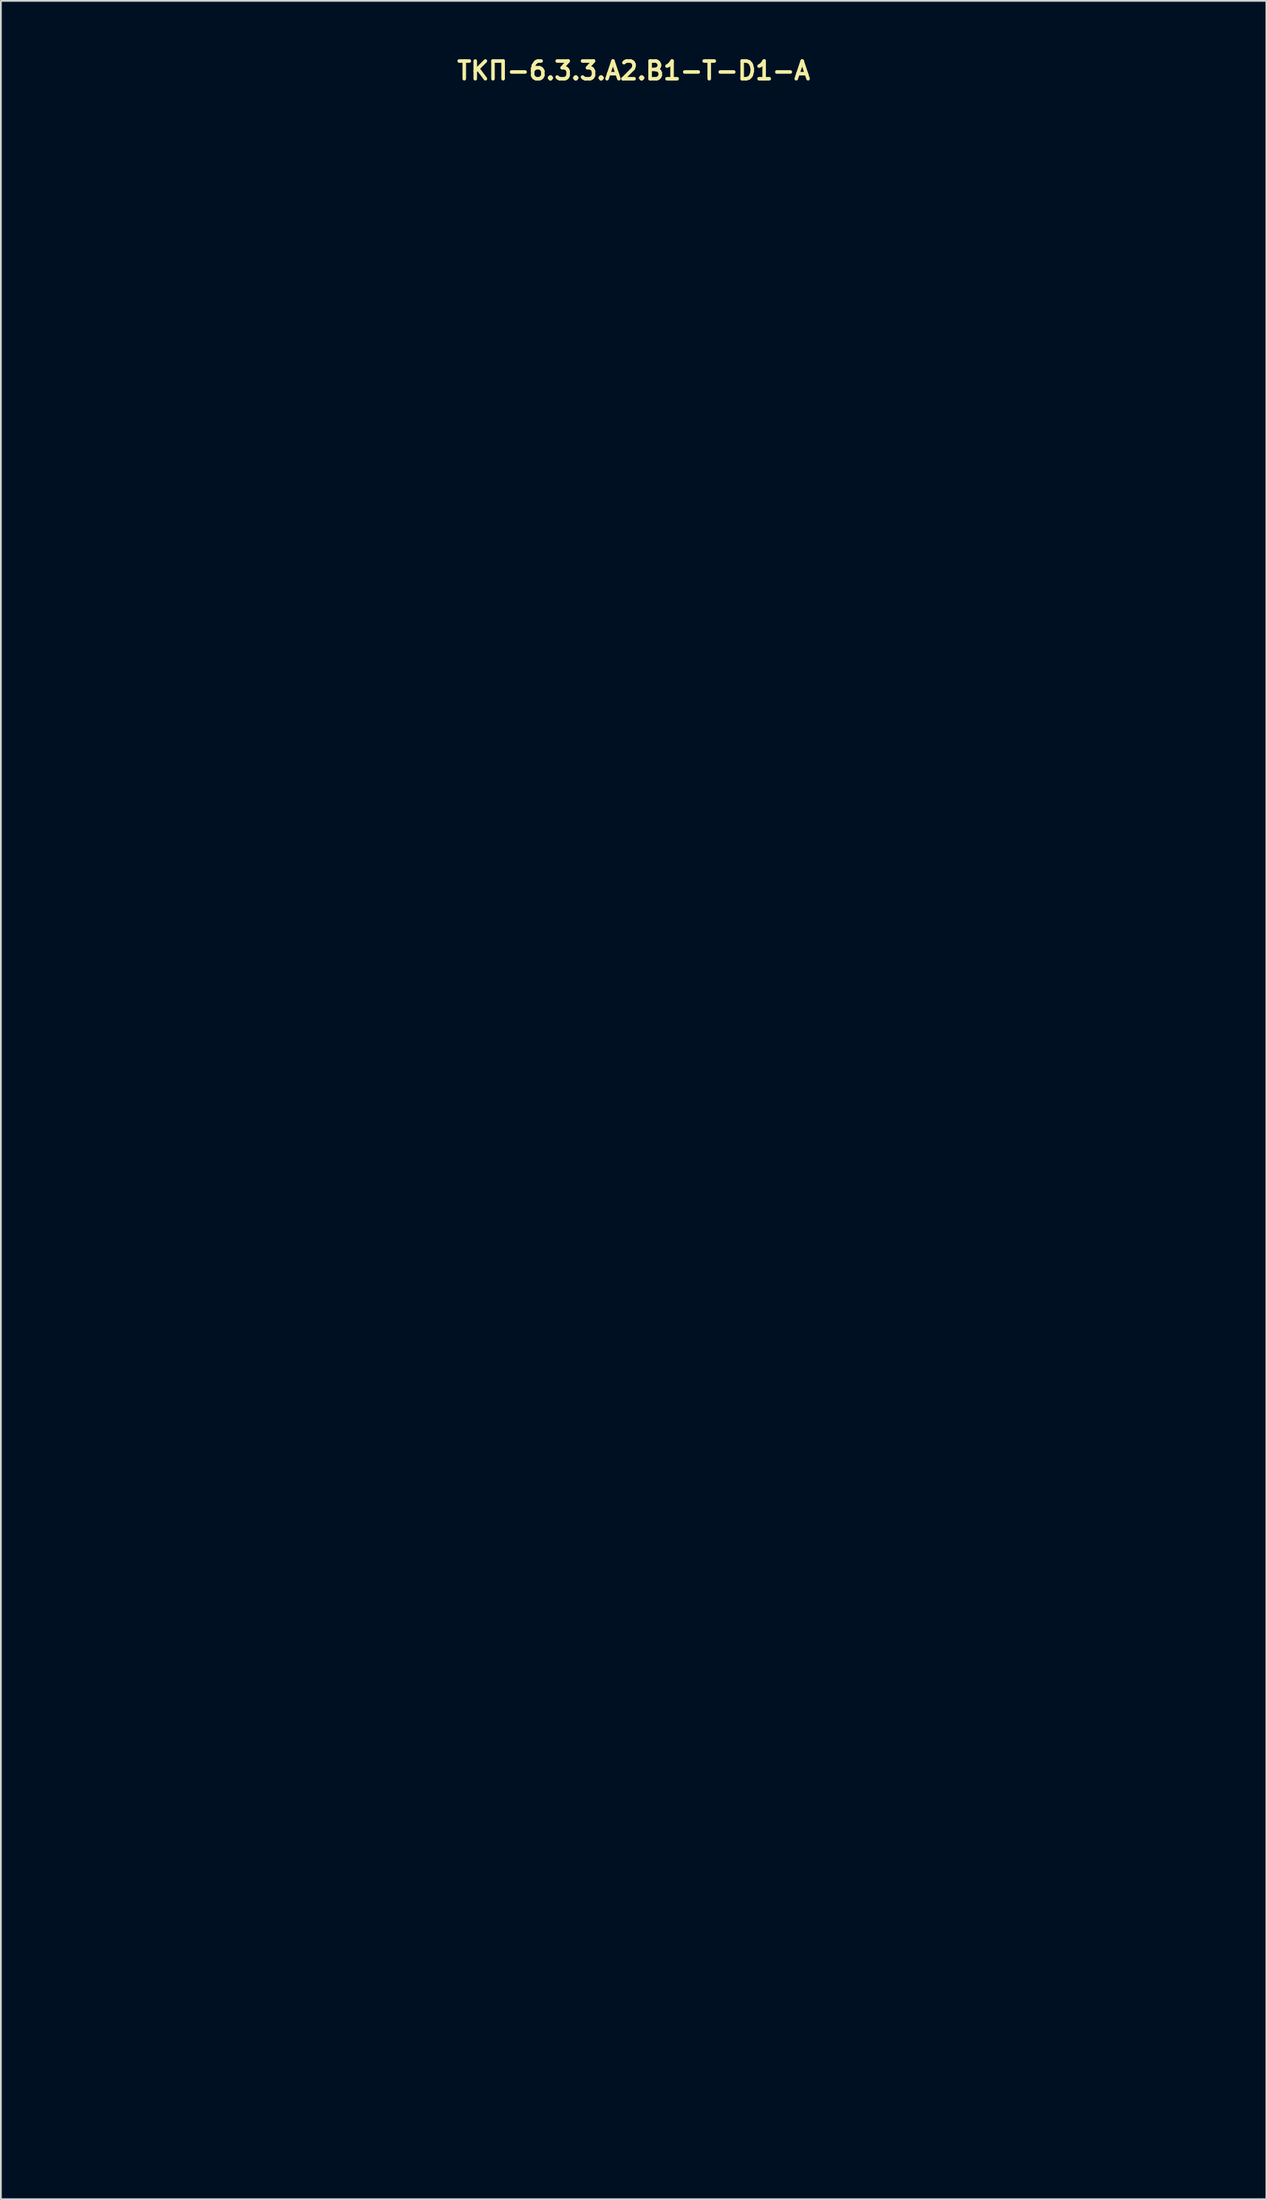
<source format=kicad_pcb>
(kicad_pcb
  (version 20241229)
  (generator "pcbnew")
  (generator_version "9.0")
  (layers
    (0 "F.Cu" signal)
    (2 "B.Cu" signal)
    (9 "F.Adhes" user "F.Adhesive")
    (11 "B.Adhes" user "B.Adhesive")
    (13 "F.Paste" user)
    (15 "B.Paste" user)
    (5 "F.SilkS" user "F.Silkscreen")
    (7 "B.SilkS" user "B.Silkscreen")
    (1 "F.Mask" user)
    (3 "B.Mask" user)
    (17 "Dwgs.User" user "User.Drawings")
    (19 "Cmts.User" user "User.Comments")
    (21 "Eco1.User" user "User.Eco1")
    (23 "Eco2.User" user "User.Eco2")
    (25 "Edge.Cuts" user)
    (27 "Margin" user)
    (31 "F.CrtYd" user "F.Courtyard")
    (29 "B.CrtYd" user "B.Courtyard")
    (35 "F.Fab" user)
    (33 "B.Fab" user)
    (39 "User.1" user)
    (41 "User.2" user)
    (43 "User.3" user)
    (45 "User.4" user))
  (footprint "ТКП-6.3.3.A2.B1-T-D1-A"
    (layer "F.Cu")
    (at 32.67 59.737)
    (property "Reference" "ТКП-6.3.3.A2.B1-T-D1-A" (at 0 -58.801 0) (layer "F.SilkS") (effects (font (size 1 1) (thickness 0.2))))
    (attr through_hole)
    (fp_line (start -32.47 -57.98) (end -32.47 57.98) (stroke (width 0.4) (type solid)) (layer "Eco1.User"))
    (fp_line (start -32.47 -57.98) (end 32.47 -57.98) (stroke (width 0.4) (type solid)) (layer "Eco1.User"))
    (fp_line (start -32.47 -55.98) (end 32.47 -55.98) (stroke (width 0.2) (type solid)) (layer "Eco1.User"))
    (fp_line (start -32.47 55.98) (end 32.47 55.98) (stroke (width 0.2) (type solid)) (layer "Eco1.User"))
    (fp_line (start -32.47 57.98) (end 32.47 57.98) (stroke (width 0.4) (type solid)) (layer "Eco1.User"))
    (fp_line (start 32.47 -57.98) (end 32.47 57.98) (stroke (width 0.4) (type solid)) (layer "Eco1.User"))
    (fp_circle (center -19.05 -40.44) (end -15.45 -40.44) (stroke (width 0.4) (type solid)) (fill no) (layer "Eco1.User"))
    (fp_circle (center -19.05 -40.44) (end -9.55 -40.44) (stroke (width 0.4) (type solid)) (fill no) (layer "Eco1.User"))
    (fp_circle (center -19.05 -12.5) (end -15.45 -12.5) (stroke (width 0.4) (type solid)) (fill no) (layer "Eco1.User"))
    (fp_circle (center -19.05 -12.5) (end -9.55 -12.5) (stroke (width 0.4) (type solid)) (fill no) (layer "Eco1.User"))
    (fp_circle (center -19.05 44.45) (end -16.4 44.45) (stroke (width 0.4) (type solid)) (fill no) (layer "Eco1.User"))
    (fp_circle (center -8.89 -50.8) (end -7.39 -50.8) (stroke (width 0.4) (type solid)) (fill no) (layer "Eco1.User"))
    (fp_circle (center -8.89 -50.8) (end -5.89 -50.8) (stroke (width 0.4) (type solid)) (fill no) (layer "Eco1.User"))
    (fp_circle (center 0 -26.47) (end 3.6 -26.47) (stroke (width 0.4) (type solid)) (fill no) (layer "Eco1.User"))
    (fp_circle (center 0 -26.47) (end 9.5 -26.47) (stroke (width 0.4) (type solid)) (fill no) (layer "Eco1.User"))
    (fp_circle (center 0 1.47) (end 3.6 1.47) (stroke (width 0.4) (type solid)) (fill no) (layer "Eco1.User"))
    (fp_circle (center 0 1.47) (end 9.5 1.47) (stroke (width 0.4) (type solid)) (fill no) (layer "Eco1.User"))
    (fp_circle (center 0 44.45) (end 6 44.45) (stroke (width 0.4) (type solid)) (fill no) (layer "Eco1.User"))
    (fp_circle (center 0 44.45) (end 10 44.45) (stroke (width 0.4) (type solid)) (fill no) (layer "Eco1.User"))
    (fp_circle (center 8.89 -50.8) (end 10.39 -50.8) (stroke (width 0.4) (type solid)) (fill no) (layer "Eco1.User"))
    (fp_circle (center 8.89 -50.8) (end 11.89 -50.8) (stroke (width 0.4) (type solid)) (fill no) (layer "Eco1.User"))
    (fp_circle (center 19.05 -40.44) (end 22.65 -40.44) (stroke (width 0.4) (type solid)) (fill no) (layer "Eco1.User"))
    (fp_circle (center 19.05 -40.44) (end 28.55 -40.44) (stroke (width 0.4) (type solid)) (fill no) (layer "Eco1.User"))
    (fp_circle (center 19.05 -12.5) (end 22.65 -12.5) (stroke (width 0.4) (type solid)) (fill no) (layer "Eco1.User"))
    (fp_circle (center 19.05 -12.5) (end 28.55 -12.5) (stroke (width 0.4) (type solid)) (fill no) (layer "Eco1.User"))
    (fp_line (start -32.47 -57.98) (end -32.47 57.98) (stroke (width 0.4) (type solid)) (layer "Eco2.User"))
    (fp_line (start -32.47 -57.98) (end 32.47 -57.98) (stroke (width 0.4) (type solid)) (layer "Eco2.User"))
    (fp_line (start -32.47 57.98) (end 32.47 57.98) (stroke (width 0.4) (type solid)) (layer "Eco2.User"))
    (fp_line (start -29.21 -54.928) (end -29.21 -49.847) (stroke (width 0.5) (type solid)) (layer "Eco2.User"))
    (fp_line (start -29.21 -54.928) (end -22.225 -54.928) (stroke (width 0.5) (type solid)) (layer "Eco2.User"))
    (fp_line (start -29.21 -49.847) (end -26.035 -46.672) (stroke (width 0.5) (type solid)) (layer "Eco2.User"))
    (fp_line (start -29.21 -44.767) (end -29.21 -39.688) (stroke (width 0.5) (type solid)) (layer "Eco2.User"))
    (fp_line (start -29.21 -44.767) (end -22.225 -44.767) (stroke (width 0.5) (type solid)) (layer "Eco2.User"))
    (fp_line (start -29.21 -39.688) (end -26.035 -36.513) (stroke (width 0.5) (type solid)) (layer "Eco2.User"))
    (fp_line (start -29.21 -34.608) (end -29.21 -29.527) (stroke (width 0.5) (type solid)) (layer "Eco2.User"))
    (fp_line (start -29.21 -34.608) (end -22.225 -34.608) (stroke (width 0.5) (type solid)) (layer "Eco2.User"))
    (fp_line (start -29.21 -29.527) (end -26.035 -26.352) (stroke (width 0.5) (type solid)) (layer "Eco2.User"))
    (fp_line (start -29.21 -24.448) (end -29.21 -19.367) (stroke (width 0.5) (type solid)) (layer "Eco2.User"))
    (fp_line (start -29.21 -24.448) (end -22.225 -24.448) (stroke (width 0.5) (type solid)) (layer "Eco2.User"))
    (fp_line (start -29.21 -19.367) (end -26.035 -16.192) (stroke (width 0.5) (type solid)) (layer "Eco2.User"))
    (fp_line (start -29.21 -14.287) (end -29.21 -9.207) (stroke (width 0.5) (type solid)) (layer "Eco2.User"))
    (fp_line (start -29.21 -14.287) (end -22.225 -14.287) (stroke (width 0.5) (type solid)) (layer "Eco2.User"))
    (fp_line (start -29.21 -9.207) (end -26.035 -6.032) (stroke (width 0.5) (type solid)) (layer "Eco2.User"))
    (fp_line (start -29.21 -4.128) (end -29.21 0.953) (stroke (width 0.5) (type solid)) (layer "Eco2.User"))
    (fp_line (start -29.21 -4.128) (end -22.225 -4.128) (stroke (width 0.5) (type solid)) (layer "Eco2.User"))
    (fp_line (start -29.21 0.953) (end -26.035 4.128) (stroke (width 0.5) (type solid)) (layer "Eco2.User"))
    (fp_line (start -29.21 6.032) (end -29.21 11.113) (stroke (width 0.5) (type solid)) (layer "Eco2.User"))
    (fp_line (start -29.21 6.032) (end -22.225 6.032) (stroke (width 0.5) (type solid)) (layer "Eco2.User"))
    (fp_line (start -29.21 11.113) (end -26.035 14.287) (stroke (width 0.5) (type solid)) (layer "Eco2.User"))
    (fp_line (start -29.21 16.192) (end -29.21 21.273) (stroke (width 0.5) (type solid)) (layer "Eco2.User"))
    (fp_line (start -29.21 16.192) (end -22.225 16.192) (stroke (width 0.5) (type solid)) (layer "Eco2.User"))
    (fp_line (start -29.21 21.273) (end -26.035 24.448) (stroke (width 0.5) (type solid)) (layer "Eco2.User"))
    (fp_line (start -29.21 26.352) (end -29.21 31.433) (stroke (width 0.5) (type solid)) (layer "Eco2.User"))
    (fp_line (start -29.21 26.352) (end 26.035 26.352) (stroke (width 0.5) (type solid)) (layer "Eco2.User"))
    (fp_line (start -29.21 31.433) (end -26.035 34.608) (stroke (width 0.5) (type solid)) (layer "Eco2.User"))
    (fp_line (start -29.21 36.513) (end -29.21 41.593) (stroke (width 0.5) (type solid)) (layer "Eco2.User"))
    (fp_line (start -29.21 36.513) (end -22.225 36.513) (stroke (width 0.5) (type solid)) (layer "Eco2.User"))
    (fp_line (start -29.21 41.593) (end -26.035 44.767) (stroke (width 0.5) (type solid)) (layer "Eco2.User"))
    (fp_line (start -29.21 46.672) (end -29.21 51.752) (stroke (width 0.5) (type solid)) (layer "Eco2.User"))
    (fp_line (start -29.21 46.672) (end -22.225 46.672) (stroke (width 0.5) (type solid)) (layer "Eco2.User"))
    (fp_line (start -29.21 51.752) (end -26.035 54.928) (stroke (width 0.5) (type solid)) (layer "Eco2.User"))
    (fp_line (start -26.035 -46.672) (end -19.05 -46.672) (stroke (width 0.5) (type solid)) (layer "Eco2.User"))
    (fp_line (start -26.035 -36.513) (end -19.05 -36.513) (stroke (width 0.5) (type solid)) (layer "Eco2.User"))
    (fp_line (start -26.035 -26.352) (end -23.177 -26.352) (stroke (width 0.5) (type solid)) (layer "Eco2.User"))
    (fp_line (start -26.035 -16.192) (end -19.05 -16.192) (stroke (width 0.5) (type solid)) (layer "Eco2.User"))
    (fp_line (start -26.035 -6.032) (end -19.05 -6.032) (stroke (width 0.5) (type solid)) (layer "Eco2.User"))
    (fp_line (start -26.035 4.128) (end -19.05 4.128) (stroke (width 0.5) (type solid)) (layer "Eco2.User"))
    (fp_line (start -26.035 14.287) (end -19.05 14.287) (stroke (width 0.5) (type solid)) (layer "Eco2.User"))
    (fp_line (start -26.035 24.448) (end -19.05 24.448) (stroke (width 0.5) (type solid)) (layer "Eco2.User"))
    (fp_line (start -26.035 34.608) (end -6.985 34.608) (stroke (width 0.5) (type solid)) (layer "Eco2.User"))
    (fp_line (start -26.035 44.767) (end -19.05 44.767) (stroke (width 0.5) (type solid)) (layer "Eco2.User"))
    (fp_line (start -26.035 54.928) (end -19.05 54.928) (stroke (width 0.5) (type solid)) (layer "Eco2.User"))
    (fp_line (start -22.225 -54.928) (end -19.05 -51.752) (stroke (width 0.5) (type solid)) (layer "Eco2.User"))
    (fp_line (start -22.225 -44.767) (end -19.05 -41.593) (stroke (width 0.5) (type solid)) (layer "Eco2.User"))
    (fp_line (start -22.225 -34.608) (end -19.05 -31.433) (stroke (width 0.5) (type solid)) (layer "Eco2.User"))
    (fp_line (start -22.225 -24.448) (end -19.05 -21.273) (stroke (width 0.5) (type solid)) (layer "Eco2.User"))
    (fp_line (start -22.225 -14.287) (end -19.05 -11.113) (stroke (width 0.5) (type solid)) (layer "Eco2.User"))
    (fp_line (start -22.225 -4.128) (end -20.003 -1.905) (stroke (width 0.5) (type solid)) (layer "Eco2.User"))
    (fp_line (start -22.225 6.032) (end -19.05 9.207) (stroke (width 0.5) (type solid)) (layer "Eco2.User"))
    (fp_line (start -22.225 16.192) (end -19.05 19.367) (stroke (width 0.5) (type solid)) (layer "Eco2.User"))
    (fp_line (start -22.225 36.513) (end -19.05 39.688) (stroke (width 0.5) (type solid)) (layer "Eco2.User"))
    (fp_line (start -22.225 46.672) (end -19.05 49.847) (stroke (width 0.5) (type solid)) (layer "Eco2.User"))
    (fp_line (start -19.05 -51.752) (end -19.05 -46.672) (stroke (width 0.5) (type solid)) (layer "Eco2.User"))
    (fp_line (start -19.05 -41.593) (end -19.05 -36.513) (stroke (width 0.5) (type solid)) (layer "Eco2.User"))
    (fp_line (start -19.05 -31.433) (end -19.05 -29.845) (stroke (width 0.5) (type solid)) (layer "Eco2.User"))
    (fp_line (start -19.05 -21.273) (end -19.05 -16.192) (stroke (width 0.5) (type solid)) (layer "Eco2.User"))
    (fp_line (start -19.05 -11.113) (end -19.05 -6.032) (stroke (width 0.5) (type solid)) (layer "Eco2.User"))
    (fp_line (start -19.05 2.857) (end -19.05 4.128) (stroke (width 0.5) (type solid)) (layer "Eco2.User"))
    (fp_line (start -19.05 9.207) (end -19.05 14.287) (stroke (width 0.5) (type solid)) (layer "Eco2.User"))
    (fp_line (start -19.05 19.367) (end -19.05 24.448) (stroke (width 0.5) (type solid)) (layer "Eco2.User"))
    (fp_line (start -19.05 39.688) (end -19.05 44.767) (stroke (width 0.5) (type solid)) (layer "Eco2.User"))
    (fp_line (start -19.05 49.847) (end -19.05 54.928) (stroke (width 0.5) (type solid)) (layer "Eco2.User"))
    (fp_line (start -17.145 -54.928) (end -17.145 -49.847) (stroke (width 0.5) (type solid)) (layer "Eco2.User"))
    (fp_line (start -17.145 -54.928) (end -10.16 -54.928) (stroke (width 0.5) (type solid)) (layer "Eco2.User"))
    (fp_line (start -17.145 -49.847) (end -13.97 -46.672) (stroke (width 0.5) (type solid)) (layer "Eco2.User"))
    (fp_line (start -17.145 -44.767) (end -17.145 -39.688) (stroke (width 0.5) (type solid)) (layer "Eco2.User"))
    (fp_line (start -17.145 -44.767) (end 13.97 -44.767) (stroke (width 0.5) (type solid)) (layer "Eco2.User"))
    (fp_line (start -17.145 -39.688) (end -13.97 -36.513) (stroke (width 0.5) (type solid)) (layer "Eco2.User"))
    (fp_line (start -17.145 -34.608) (end -17.145 -29.845) (stroke (width 0.5) (type solid)) (layer "Eco2.User"))
    (fp_line (start -17.145 -34.608) (end -10.16 -34.608) (stroke (width 0.5) (type solid)) (layer "Eco2.User"))
    (fp_line (start -17.145 -24.448) (end -17.145 -19.367) (stroke (width 0.5) (type solid)) (layer "Eco2.User"))
    (fp_line (start -17.145 -24.448) (end -10.16 -24.448) (stroke (width 0.5) (type solid)) (layer "Eco2.User"))
    (fp_line (start -17.145 -19.367) (end -13.97 -16.192) (stroke (width 0.5) (type solid)) (layer "Eco2.User"))
    (fp_line (start -17.145 -14.287) (end -17.145 -9.207) (stroke (width 0.5) (type solid)) (layer "Eco2.User"))
    (fp_line (start -17.145 -14.287) (end -10.16 -14.287) (stroke (width 0.5) (type solid)) (layer "Eco2.User"))
    (fp_line (start -17.145 -9.207) (end -13.97 -6.032) (stroke (width 0.5) (type solid)) (layer "Eco2.User"))
    (fp_line (start -17.145 -4.128) (end -17.145 -1.905) (stroke (width 0.5) (type solid)) (layer "Eco2.User"))
    (fp_line (start -17.145 -4.128) (end -10.16 -4.128) (stroke (width 0.5) (type solid)) (layer "Eco2.User"))
    (fp_line (start -17.145 6.032) (end -17.145 11.113) (stroke (width 0.5) (type solid)) (layer "Eco2.User"))
    (fp_line (start -17.145 6.032) (end -10.16 6.032) (stroke (width 0.5) (type solid)) (layer "Eco2.User"))
    (fp_line (start -17.145 11.113) (end -13.97 14.287) (stroke (width 0.5) (type solid)) (layer "Eco2.User"))
    (fp_line (start -17.145 16.192) (end -17.145 21.273) (stroke (width 0.5) (type solid)) (layer "Eco2.User"))
    (fp_line (start -17.145 16.192) (end -6.985 16.192) (stroke (width 0.5) (type solid)) (layer "Eco2.User"))
    (fp_line (start -17.145 21.273) (end -13.97 24.448) (stroke (width 0.5) (type solid)) (layer "Eco2.User"))
    (fp_line (start -17.145 36.513) (end -17.145 41.593) (stroke (width 0.5) (type solid)) (layer "Eco2.User"))
    (fp_line (start -17.145 36.513) (end -10.16 36.513) (stroke (width 0.5) (type solid)) (layer "Eco2.User"))
    (fp_line (start -17.145 41.593) (end -13.97 44.767) (stroke (width 0.5) (type solid)) (layer "Eco2.User"))
    (fp_line (start -17.145 46.672) (end -17.145 51.752) (stroke (width 0.5) (type solid)) (layer "Eco2.User"))
    (fp_line (start -17.145 46.672) (end -10.16 46.672) (stroke (width 0.5) (type solid)) (layer "Eco2.User"))
    (fp_line (start -17.145 51.752) (end -13.97 54.928) (stroke (width 0.5) (type solid)) (layer "Eco2.User"))
    (fp_line (start -15.24 2.857) (end -13.97 4.128) (stroke (width 0.5) (type solid)) (layer "Eco2.User"))
    (fp_line (start -14.287 -26.352) (end -6.985 -26.352) (stroke (width 0.5) (type solid)) (layer "Eco2.User"))
    (fp_line (start -13.97 -46.672) (end -6.985 -46.672) (stroke (width 0.5) (type solid)) (layer "Eco2.User"))
    (fp_line (start -13.97 -36.513) (end 17.145 -36.513) (stroke (width 0.5) (type solid)) (layer "Eco2.User"))
    (fp_line (start -13.97 -16.192) (end -6.985 -16.192) (stroke (width 0.5) (type solid)) (layer "Eco2.User"))
    (fp_line (start -13.97 -6.032) (end -6.985 -6.032) (stroke (width 0.5) (type solid)) (layer "Eco2.User"))
    (fp_line (start -13.97 4.128) (end -6.985 4.128) (stroke (width 0.5) (type solid)) (layer "Eco2.User"))
    (fp_line (start -13.97 14.287) (end -6.985 14.287) (stroke (width 0.5) (type solid)) (layer "Eco2.User"))
    (fp_line (start -13.97 24.448) (end 17.145 24.448) (stroke (width 0.5) (type solid)) (layer "Eco2.User"))
    (fp_line (start -13.97 44.767) (end -6.985 44.767) (stroke (width 0.5) (type solid)) (layer "Eco2.User"))
    (fp_line (start -13.97 54.928) (end -6.985 54.928) (stroke (width 0.5) (type solid)) (layer "Eco2.User"))
    (fp_line (start -10.16 -54.928) (end -6.985 -51.752) (stroke (width 0.5) (type solid)) (layer "Eco2.User"))
    (fp_line (start -10.16 -34.608) (end -6.985 -31.433) (stroke (width 0.5) (type solid)) (layer "Eco2.User"))
    (fp_line (start -10.16 -24.448) (end -6.985 -21.273) (stroke (width 0.5) (type solid)) (layer "Eco2.User"))
    (fp_line (start -10.16 -14.287) (end -6.985 -11.113) (stroke (width 0.5) (type solid)) (layer "Eco2.User"))
    (fp_line (start -10.16 -4.128) (end -6.985 -0.953) (stroke (width 0.5) (type solid)) (layer "Eco2.User"))
    (fp_line (start -10.16 6.032) (end -6.985 9.207) (stroke (width 0.5) (type solid)) (layer "Eco2.User"))
    (fp_line (start -10.16 36.513) (end -6.985 39.688) (stroke (width 0.5) (type solid)) (layer "Eco2.User"))
    (fp_line (start -10.16 46.672) (end -6.985 49.847) (stroke (width 0.5) (type solid)) (layer "Eco2.User"))
    (fp_line (start -6.985 -51.752) (end -6.985 -46.672) (stroke (width 0.5) (type solid)) (layer "Eco2.User"))
    (fp_line (start -6.985 -31.433) (end -6.985 -26.352) (stroke (width 0.5) (type solid)) (layer "Eco2.User"))
    (fp_line (start -6.985 -21.273) (end -6.985 -16.192) (stroke (width 0.5) (type solid)) (layer "Eco2.User"))
    (fp_line (start -6.985 -11.113) (end -6.985 -6.032) (stroke (width 0.5) (type solid)) (layer "Eco2.User"))
    (fp_line (start -6.985 -0.953) (end -6.985 4.128) (stroke (width 0.5) (type solid)) (layer "Eco2.User"))
    (fp_line (start -6.985 9.207) (end -6.985 14.287) (stroke (width 0.5) (type solid)) (layer "Eco2.User"))
    (fp_line (start -6.985 16.192) (end -6.032 17.145) (stroke (width 0.5) (type solid)) (layer "Eco2.User"))
    (fp_line (start -6.985 34.608) (end -6.032 33.655) (stroke (width 0.5) (type solid)) (layer "Eco2.User"))
    (fp_line (start -6.985 39.688) (end -6.985 44.767) (stroke (width 0.5) (type solid)) (layer "Eco2.User"))
    (fp_line (start -6.985 49.847) (end -6.985 54.928) (stroke (width 0.5) (type solid)) (layer "Eco2.User"))
    (fp_line (start -6.032 17.145) (end 6.032 17.145) (stroke (width 0.5) (type solid)) (layer "Eco2.User"))
    (fp_line (start -6.032 33.655) (end 6.032 33.655) (stroke (width 0.5) (type solid)) (layer "Eco2.User"))
    (fp_line (start -5.715 -40.64) (end -4.445 -40.64) (stroke (width 0.25) (type solid)) (layer "Eco2.User"))
    (fp_line (start -5.08 -54.928) (end -5.08 -49.847) (stroke (width 0.5) (type solid)) (layer "Eco2.User"))
    (fp_line (start -5.08 -54.928) (end 1.905 -54.928) (stroke (width 0.5) (type solid)) (layer "Eco2.User"))
    (fp_line (start -5.08 -49.847) (end -1.905 -46.672) (stroke (width 0.5) (type solid)) (layer "Eco2.User"))
    (fp_line (start -5.08 -41.275) (end -5.08 -40.005) (stroke (width 0.25) (type solid)) (layer "Eco2.User"))
    (fp_line (start -5.08 -34.608) (end -5.08 -29.527) (stroke (width 0.5) (type solid)) (layer "Eco2.User"))
    (fp_line (start -5.08 -34.608) (end 1.905 -34.608) (stroke (width 0.5) (type solid)) (layer "Eco2.User"))
    (fp_line (start -5.08 -29.527) (end -1.905 -26.352) (stroke (width 0.5) (type solid)) (layer "Eco2.User"))
    (fp_line (start -5.08 -24.448) (end -5.08 -19.367) (stroke (width 0.5) (type solid)) (layer "Eco2.User"))
    (fp_line (start -5.08 -24.448) (end 1.905 -24.448) (stroke (width 0.5) (type solid)) (layer "Eco2.User"))
    (fp_line (start -5.08 -19.367) (end -1.905 -16.192) (stroke (width 0.5) (type solid)) (layer "Eco2.User"))
    (fp_line (start -5.08 -11.113) (end -5.08 -9.207) (stroke (width 0.5) (type solid)) (layer "Eco2.User"))
    (fp_line (start -5.08 -9.207) (end -1.905 -6.032) (stroke (width 0.5) (type solid)) (layer "Eco2.User"))
    (fp_line (start -5.08 -4.128) (end -5.08 0.953) (stroke (width 0.5) (type solid)) (layer "Eco2.User"))
    (fp_line (start -5.08 -4.128) (end 1.905 -4.128) (stroke (width 0.5) (type solid)) (layer "Eco2.User"))
    (fp_line (start -5.08 0.953) (end -1.905 4.128) (stroke (width 0.5) (type solid)) (layer "Eco2.User"))
    (fp_line (start -5.08 6.032) (end -5.08 11.113) (stroke (width 0.5) (type solid)) (layer "Eco2.User"))
    (fp_line (start -5.08 6.032) (end 1.905 6.032) (stroke (width 0.5) (type solid)) (layer "Eco2.User"))
    (fp_line (start -5.08 11.113) (end -3.81 12.383) (stroke (width 0.5) (type solid)) (layer "Eco2.User"))
    (fp_line (start -5.08 36.513) (end -5.08 41.593) (stroke (width 0.5) (type solid)) (layer "Eco2.User"))
    (fp_line (start -5.08 36.513) (end 1.905 36.513) (stroke (width 0.5) (type solid)) (layer "Eco2.User"))
    (fp_line (start -5.08 41.593) (end -1.905 44.767) (stroke (width 0.5) (type solid)) (layer "Eco2.User"))
    (fp_line (start -5.08 46.672) (end -5.08 51.752) (stroke (width 0.5) (type solid)) (layer "Eco2.User"))
    (fp_line (start -5.08 46.672) (end 1.905 46.672) (stroke (width 0.5) (type solid)) (layer "Eco2.User"))
    (fp_line (start -5.08 51.752) (end -1.905 54.928) (stroke (width 0.5) (type solid)) (layer "Eco2.User"))
    (fp_line (start -3.81 -40.64) (end -1.27 -40.64) (stroke (width 0.5) (type solid)) (layer "Eco2.User"))
    (fp_line (start -1.905 -46.672) (end 5.08 -46.672) (stroke (width 0.5) (type solid)) (layer "Eco2.User"))
    (fp_line (start -1.905 -26.352) (end 5.08 -26.352) (stroke (width 0.5) (type solid)) (layer "Eco2.User"))
    (fp_line (start -1.905 -16.192) (end 5.08 -16.192) (stroke (width 0.5) (type solid)) (layer "Eco2.User"))
    (fp_line (start -1.905 -6.032) (end 5.08 -6.032) (stroke (width 0.5) (type solid)) (layer "Eco2.User"))
    (fp_line (start -1.905 4.128) (end 5.08 4.128) (stroke (width 0.5) (type solid)) (layer "Eco2.User"))
    (fp_line (start -1.905 44.767) (end 5.08 44.767) (stroke (width 0.5) (type solid)) (layer "Eco2.User"))
    (fp_line (start -1.905 54.928) (end 5.08 54.928) (stroke (width 0.5) (type solid)) (layer "Eco2.User"))
    (fp_line (start 0 -40.64) (end 3.81 -40.64) (stroke (width 0.5) (type solid)) (layer "Eco2.User"))
    (fp_line (start 1.905 -54.928) (end 5.08 -51.752) (stroke (width 0.5) (type solid)) (layer "Eco2.User"))
    (fp_line (start 1.905 -34.608) (end 5.08 -31.433) (stroke (width 0.5) (type solid)) (layer "Eco2.User"))
    (fp_line (start 1.905 -24.448) (end 5.08 -21.273) (stroke (width 0.5) (type solid)) (layer "Eco2.User"))
    (fp_line (start 1.905 -4.128) (end 5.08 -0.953) (stroke (width 0.5) (type solid)) (layer "Eco2.User"))
    (fp_line (start 1.905 6.032) (end 5.08 9.207) (stroke (width 0.5) (type solid)) (layer "Eco2.User"))
    (fp_line (start 1.905 36.513) (end 5.08 39.688) (stroke (width 0.5) (type solid)) (layer "Eco2.User"))
    (fp_line (start 1.905 46.672) (end 5.08 49.847) (stroke (width 0.5) (type solid)) (layer "Eco2.User"))
    (fp_line (start 4.445 -40.64) (end 5.715 -40.64) (stroke (width 0.25) (type solid)) (layer "Eco2.User"))
    (fp_line (start 4.763 14.287) (end 5.08 14.287) (stroke (width 0.5) (type solid)) (layer "Eco2.User"))
    (fp_line (start 5.08 -51.752) (end 5.08 -46.672) (stroke (width 0.5) (type solid)) (layer "Eco2.User"))
    (fp_line (start 5.08 -31.433) (end 5.08 -26.352) (stroke (width 0.5) (type solid)) (layer "Eco2.User"))
    (fp_line (start 5.08 -21.273) (end 5.08 -16.192) (stroke (width 0.5) (type solid)) (layer "Eco2.User"))
    (fp_line (start 5.08 -11.113) (end 5.08 -6.032) (stroke (width 0.5) (type solid)) (layer "Eco2.User"))
    (fp_line (start 5.08 -0.953) (end 5.08 4.128) (stroke (width 0.5) (type solid)) (layer "Eco2.User"))
    (fp_line (start 5.08 9.207) (end 5.08 14.287) (stroke (width 0.5) (type solid)) (layer "Eco2.User"))
    (fp_line (start 5.08 39.688) (end 5.08 44.767) (stroke (width 0.5) (type solid)) (layer "Eco2.User"))
    (fp_line (start 5.08 49.847) (end 5.08 54.928) (stroke (width 0.5) (type solid)) (layer "Eco2.User"))
    (fp_line (start 6.032 17.145) (end 6.985 16.192) (stroke (width 0.5) (type solid)) (layer "Eco2.User"))
    (fp_line (start 6.032 33.655) (end 6.985 34.608) (stroke (width 0.5) (type solid)) (layer "Eco2.User"))
    (fp_line (start 6.985 -54.928) (end 6.985 -49.847) (stroke (width 0.5) (type solid)) (layer "Eco2.User"))
    (fp_line (start 6.985 -54.928) (end 13.97 -54.928) (stroke (width 0.5) (type solid)) (layer "Eco2.User"))
    (fp_line (start 6.985 -49.847) (end 10.16 -46.672) (stroke (width 0.5) (type solid)) (layer "Eco2.User"))
    (fp_line (start 6.985 -34.608) (end 6.985 -29.527) (stroke (width 0.5) (type solid)) (layer "Eco2.User"))
    (fp_line (start 6.985 -34.608) (end 13.97 -34.608) (stroke (width 0.5) (type solid)) (layer "Eco2.User"))
    (fp_line (start 6.985 -29.527) (end 10.16 -26.352) (stroke (width 0.5) (type solid)) (layer "Eco2.User"))
    (fp_line (start 6.985 -24.448) (end 6.985 -19.367) (stroke (width 0.5) (type solid)) (layer "Eco2.User"))
    (fp_line (start 6.985 -24.448) (end 13.97 -24.448) (stroke (width 0.5) (type solid)) (layer "Eco2.User"))
    (fp_line (start 6.985 -19.367) (end 10.16 -16.192) (stroke (width 0.5) (type solid)) (layer "Eco2.User"))
    (fp_line (start 6.985 -14.287) (end 6.985 -9.207) (stroke (width 0.5) (type solid)) (layer "Eco2.User"))
    (fp_line (start 6.985 -14.287) (end 13.97 -14.287) (stroke (width 0.5) (type solid)) (layer "Eco2.User"))
    (fp_line (start 6.985 -9.207) (end 10.16 -6.032) (stroke (width 0.5) (type solid)) (layer "Eco2.User"))
    (fp_line (start 6.985 -4.128) (end 6.985 0.953) (stroke (width 0.5) (type solid)) (layer "Eco2.User"))
    (fp_line (start 6.985 -4.128) (end 13.97 -4.128) (stroke (width 0.5) (type solid)) (layer "Eco2.User"))
    (fp_line (start 6.985 0.953) (end 10.16 4.128) (stroke (width 0.5) (type solid)) (layer "Eco2.User"))
    (fp_line (start 6.985 6.032) (end 6.985 11.113) (stroke (width 0.5) (type solid)) (layer "Eco2.User"))
    (fp_line (start 6.985 6.032) (end 13.97 6.032) (stroke (width 0.5) (type solid)) (layer "Eco2.User"))
    (fp_line (start 6.985 11.113) (end 10.16 14.287) (stroke (width 0.5) (type solid)) (layer "Eco2.User"))
    (fp_line (start 6.985 16.192) (end 13.97 16.192) (stroke (width 0.5) (type solid)) (layer "Eco2.User"))
    (fp_line (start 6.985 34.608) (end 29.21 34.608) (stroke (width 0.5) (type solid)) (layer "Eco2.User"))
    (fp_line (start 6.985 36.513) (end 6.985 41.593) (stroke (width 0.5) (type solid)) (layer "Eco2.User"))
    (fp_line (start 6.985 36.513) (end 13.97 36.513) (stroke (width 0.5) (type solid)) (layer "Eco2.User"))
    (fp_line (start 6.985 41.593) (end 10.16 44.767) (stroke (width 0.5) (type solid)) (layer "Eco2.User"))
    (fp_line (start 6.985 46.672) (end 6.985 51.752) (stroke (width 0.5) (type solid)) (layer "Eco2.User"))
    (fp_line (start 6.985 46.672) (end 13.97 46.672) (stroke (width 0.5) (type solid)) (layer "Eco2.User"))
    (fp_line (start 6.985 51.752) (end 10.16 54.928) (stroke (width 0.5) (type solid)) (layer "Eco2.User"))
    (fp_line (start 10.16 -46.672) (end 17.145 -46.672) (stroke (width 0.5) (type solid)) (layer "Eco2.User"))
    (fp_line (start 10.16 -26.352) (end 14.287 -26.352) (stroke (width 0.5) (type solid)) (layer "Eco2.User"))
    (fp_line (start 10.16 -16.192) (end 17.145 -16.192) (stroke (width 0.5) (type solid)) (layer "Eco2.User"))
    (fp_line (start 10.16 -6.032) (end 17.145 -6.032) (stroke (width 0.5) (type solid)) (layer "Eco2.User"))
    (fp_line (start 10.16 4.128) (end 17.145 4.128) (stroke (width 0.5) (type solid)) (layer "Eco2.User"))
    (fp_line (start 10.16 14.287) (end 17.145 14.287) (stroke (width 0.5) (type solid)) (layer "Eco2.User"))
    (fp_line (start 10.16 44.767) (end 17.145 44.767) (stroke (width 0.5) (type solid)) (layer "Eco2.User"))
    (fp_line (start 10.16 54.928) (end 17.145 54.928) (stroke (width 0.5) (type solid)) (layer "Eco2.User"))
    (fp_line (start 13.97 -54.928) (end 17.145 -51.752) (stroke (width 0.5) (type solid)) (layer "Eco2.User"))
    (fp_line (start 13.97 -44.767) (end 17.145 -41.593) (stroke (width 0.5) (type solid)) (layer "Eco2.User"))
    (fp_line (start 13.97 -34.608) (end 17.145 -31.433) (stroke (width 0.5) (type solid)) (layer "Eco2.User"))
    (fp_line (start 13.97 -24.448) (end 17.145 -21.273) (stroke (width 0.5) (type solid)) (layer "Eco2.User"))
    (fp_line (start 13.97 -14.287) (end 17.145 -11.113) (stroke (width 0.5) (type solid)) (layer "Eco2.User"))
    (fp_line (start 13.97 -4.128) (end 15.875 -2.223) (stroke (width 0.5) (type solid)) (layer "Eco2.User"))
    (fp_line (start 13.97 6.032) (end 17.145 9.207) (stroke (width 0.5) (type solid)) (layer "Eco2.User"))
    (fp_line (start 13.97 16.192) (end 17.145 19.367) (stroke (width 0.5) (type solid)) (layer "Eco2.User"))
    (fp_line (start 13.97 36.513) (end 17.145 39.688) (stroke (width 0.5) (type solid)) (layer "Eco2.User"))
    (fp_line (start 13.97 46.672) (end 17.145 49.847) (stroke (width 0.5) (type solid)) (layer "Eco2.User"))
    (fp_line (start 17.145 -51.752) (end 17.145 -46.672) (stroke (width 0.5) (type solid)) (layer "Eco2.User"))
    (fp_line (start 17.145 -41.593) (end 17.145 -36.513) (stroke (width 0.5) (type solid)) (layer "Eco2.User"))
    (fp_line (start 17.145 -31.433) (end 17.145 -29.845) (stroke (width 0.5) (type solid)) (layer "Eco2.User"))
    (fp_line (start 17.145 -21.273) (end 17.145 -16.192) (stroke (width 0.5) (type solid)) (layer "Eco2.User"))
    (fp_line (start 17.145 -11.113) (end 17.145 -6.032) (stroke (width 0.5) (type solid)) (layer "Eco2.User"))
    (fp_line (start 17.145 2.857) (end 17.145 4.128) (stroke (width 0.5) (type solid)) (layer "Eco2.User"))
    (fp_line (start 17.145 9.207) (end 17.145 14.287) (stroke (width 0.5) (type solid)) (layer "Eco2.User"))
    (fp_line (start 17.145 19.367) (end 17.145 24.448) (stroke (width 0.5) (type solid)) (layer "Eco2.User"))
    (fp_line (start 17.145 39.688) (end 17.145 44.767) (stroke (width 0.5) (type solid)) (layer "Eco2.User"))
    (fp_line (start 17.145 49.847) (end 17.145 54.928) (stroke (width 0.5) (type solid)) (layer "Eco2.User"))
    (fp_line (start 19.05 -54.928) (end 19.05 -49.847) (stroke (width 0.5) (type solid)) (layer "Eco2.User"))
    (fp_line (start 19.05 -54.928) (end 26.035 -54.928) (stroke (width 0.5) (type solid)) (layer "Eco2.User"))
    (fp_line (start 19.05 -49.847) (end 22.225 -46.672) (stroke (width 0.5) (type solid)) (layer "Eco2.User"))
    (fp_line (start 19.05 -44.767) (end 19.05 -39.688) (stroke (width 0.5) (type solid)) (layer "Eco2.User"))
    (fp_line (start 19.05 -44.767) (end 26.035 -44.767) (stroke (width 0.5) (type solid)) (layer "Eco2.User"))
    (fp_line (start 19.05 -39.688) (end 22.225 -36.513) (stroke (width 0.5) (type solid)) (layer "Eco2.User"))
    (fp_line (start 19.05 -34.608) (end 19.05 -29.845) (stroke (width 0.5) (type solid)) (layer "Eco2.User"))
    (fp_line (start 19.05 -34.608) (end 26.035 -34.608) (stroke (width 0.5) (type solid)) (layer "Eco2.User"))
    (fp_line (start 19.05 -24.448) (end 19.05 -19.367) (stroke (width 0.5) (type solid)) (layer "Eco2.User"))
    (fp_line (start 19.05 -24.448) (end 26.035 -24.448) (stroke (width 0.5) (type solid)) (layer "Eco2.User"))
    (fp_line (start 19.05 -19.367) (end 22.225 -16.192) (stroke (width 0.5) (type solid)) (layer "Eco2.User"))
    (fp_line (start 19.05 -14.287) (end 19.05 -9.207) (stroke (width 0.5) (type solid)) (layer "Eco2.User"))
    (fp_line (start 19.05 -14.287) (end 26.035 -14.287) (stroke (width 0.5) (type solid)) (layer "Eco2.User"))
    (fp_line (start 19.05 -9.207) (end 22.225 -6.032) (stroke (width 0.5) (type solid)) (layer "Eco2.User"))
    (fp_line (start 19.05 -4.128) (end 19.05 -1.905) (stroke (width 0.5) (type solid)) (layer "Eco2.User"))
    (fp_line (start 19.05 -4.128) (end 26.035 -4.128) (stroke (width 0.5) (type solid)) (layer "Eco2.User"))
    (fp_line (start 19.05 6.032) (end 19.05 11.113) (stroke (width 0.5) (type solid)) (layer "Eco2.User"))
    (fp_line (start 19.05 6.032) (end 26.035 6.032) (stroke (width 0.5) (type solid)) (layer "Eco2.User"))
    (fp_line (start 19.05 11.113) (end 22.225 14.287) (stroke (width 0.5) (type solid)) (layer "Eco2.User"))
    (fp_line (start 19.05 16.192) (end 19.05 21.273) (stroke (width 0.5) (type solid)) (layer "Eco2.User"))
    (fp_line (start 19.05 16.192) (end 26.035 16.192) (stroke (width 0.5) (type solid)) (layer "Eco2.User"))
    (fp_line (start 19.05 21.273) (end 22.225 24.448) (stroke (width 0.5) (type solid)) (layer "Eco2.User"))
    (fp_line (start 19.05 36.513) (end 19.05 41.593) (stroke (width 0.5) (type solid)) (layer "Eco2.User"))
    (fp_line (start 19.05 36.513) (end 26.035 36.513) (stroke (width 0.5) (type solid)) (layer "Eco2.User"))
    (fp_line (start 19.05 41.593) (end 22.225 44.767) (stroke (width 0.5) (type solid)) (layer "Eco2.User"))
    (fp_line (start 19.05 46.672) (end 19.05 51.752) (stroke (width 0.5) (type solid)) (layer "Eco2.User"))
    (fp_line (start 19.05 46.672) (end 26.035 46.672) (stroke (width 0.5) (type solid)) (layer "Eco2.User"))
    (fp_line (start 19.05 51.752) (end 22.225 54.928) (stroke (width 0.5) (type solid)) (layer "Eco2.User"))
    (fp_line (start 20.955 2.857) (end 22.225 4.128) (stroke (width 0.5) (type solid)) (layer "Eco2.User"))
    (fp_line (start 22.225 -46.672) (end 29.21 -46.672) (stroke (width 0.5) (type solid)) (layer "Eco2.User"))
    (fp_line (start 22.225 -36.513) (end 29.21 -36.513) (stroke (width 0.5) (type solid)) (layer "Eco2.User"))
    (fp_line (start 22.225 -16.192) (end 29.21 -16.192) (stroke (width 0.5) (type solid)) (layer "Eco2.User"))
    (fp_line (start 22.225 -6.032) (end 29.21 -6.032) (stroke (width 0.5) (type solid)) (layer "Eco2.User"))
    (fp_line (start 22.225 4.128) (end 29.21 4.128) (stroke (width 0.5) (type solid)) (layer "Eco2.User"))
    (fp_line (start 22.225 14.287) (end 29.21 14.287) (stroke (width 0.5) (type solid)) (layer "Eco2.User"))
    (fp_line (start 22.225 24.448) (end 29.21 24.448) (stroke (width 0.5) (type solid)) (layer "Eco2.User"))
    (fp_line (start 22.225 44.767) (end 29.21 44.767) (stroke (width 0.5) (type solid)) (layer "Eco2.User"))
    (fp_line (start 22.225 54.928) (end 29.21 54.928) (stroke (width 0.5) (type solid)) (layer "Eco2.User"))
    (fp_line (start 23.812 -26.352) (end 29.21 -26.352) (stroke (width 0.5) (type solid)) (layer "Eco2.User"))
    (fp_line (start 26.035 -54.928) (end 29.21 -51.752) (stroke (width 0.5) (type solid)) (layer "Eco2.User"))
    (fp_line (start 26.035 -44.767) (end 29.21 -41.593) (stroke (width 0.5) (type solid)) (layer "Eco2.User"))
    (fp_line (start 26.035 -34.608) (end 29.21 -31.433) (stroke (width 0.5) (type solid)) (layer "Eco2.User"))
    (fp_line (start 26.035 -24.448) (end 29.21 -21.273) (stroke (width 0.5) (type solid)) (layer "Eco2.User"))
    (fp_line (start 26.035 -14.287) (end 29.21 -11.113) (stroke (width 0.5) (type solid)) (layer "Eco2.User"))
    (fp_line (start 26.035 -4.128) (end 29.21 -0.953) (stroke (width 0.5) (type solid)) (layer "Eco2.User"))
    (fp_line (start 26.035 6.032) (end 29.21 9.207) (stroke (width 0.5) (type solid)) (layer "Eco2.User"))
    (fp_line (start 26.035 16.192) (end 29.21 19.367) (stroke (width 0.5) (type solid)) (layer "Eco2.User"))
    (fp_line (start 26.035 26.352) (end 29.21 29.527) (stroke (width 0.5) (type solid)) (layer "Eco2.User"))
    (fp_line (start 26.035 36.513) (end 29.21 39.688) (stroke (width 0.5) (type solid)) (layer "Eco2.User"))
    (fp_line (start 26.035 46.672) (end 29.21 49.847) (stroke (width 0.5) (type solid)) (layer "Eco2.User"))
    (fp_line (start 29.21 -51.752) (end 29.21 -46.672) (stroke (width 0.5) (type solid)) (layer "Eco2.User"))
    (fp_line (start 29.21 -41.593) (end 29.21 -36.513) (stroke (width 0.5) (type solid)) (layer "Eco2.User"))
    (fp_line (start 29.21 -31.433) (end 29.21 -26.352) (stroke (width 0.5) (type solid)) (layer "Eco2.User"))
    (fp_line (start 29.21 -21.273) (end 29.21 -16.192) (stroke (width 0.5) (type solid)) (layer "Eco2.User"))
    (fp_line (start 29.21 -11.113) (end 29.21 -6.032) (stroke (width 0.5) (type solid)) (layer "Eco2.User"))
    (fp_line (start 29.21 -0.953) (end 29.21 4.128) (stroke (width 0.5) (type solid)) (layer "Eco2.User"))
    (fp_line (start 29.21 9.207) (end 29.21 14.287) (stroke (width 0.5) (type solid)) (layer "Eco2.User"))
    (fp_line (start 29.21 19.367) (end 29.21 24.448) (stroke (width 0.5) (type solid)) (layer "Eco2.User"))
    (fp_line (start 29.21 29.527) (end 29.21 34.608) (stroke (width 0.5) (type solid)) (layer "Eco2.User"))
    (fp_line (start 29.21 39.688) (end 29.21 44.767) (stroke (width 0.5) (type solid)) (layer "Eco2.User"))
    (fp_line (start 29.21 49.847) (end 29.21 54.928) (stroke (width 0.5) (type solid)) (layer "Eco2.User"))
    (fp_line (start 32.47 -57.98) (end 32.47 57.98) (stroke (width 0.4) (type solid)) (layer "Eco2.User"))
    (fp_arc (start 0 -39.37) (mid -1.27 -40.64) (end 0 -41.91) (stroke (width 0.5) (type solid)) (layer "Eco2.User"))
    (fp_circle (center -5.08 -40.64) (end -3.81 -40.64) (stroke (width 0.5) (type solid)) (fill no) (layer "Eco2.User"))
    (fp_circle (center 0 -40.64) (end 0.25 -40.64) (stroke (width 0.5) (type solid)) (fill no) (layer "Eco2.User"))
    (fp_circle (center 5.08 -40.64) (end 6.35 -40.64) (stroke (width 0.5) (type solid)) (fill no) (layer "Eco2.User"))
    (fp_poly (pts (xy -25.4 30.48) (xy -22.86 29.21) (xy -22.86 31.75)) (stroke (width 0.5) (type solid)) (fill no) (layer "Eco2.User"))
    (fp_poly (pts (xy 22.86 30.48) (xy 25.4 29.21) (xy 25.4 31.75)) (stroke (width 0.5) (type solid)) (fill no) (layer "Eco2.User"))
    (fp_poly (pts (xy -27.94 -51.117) (xy -28.575 -51.117) (xy -28.575 -54.292) (xy -27.94 -54.292)) (stroke (width 0.125) (type solid)) (fill no) (layer "Eco2.User"))
    (fp_poly (pts (xy -27.94 -40.958) (xy -28.575 -40.958) (xy -28.575 -44.133) (xy -27.94 -44.133)) (stroke (width 0.125) (type solid)) (fill no) (layer "Eco2.User"))
    (fp_poly (pts (xy -27.94 -30.797) (xy -28.575 -30.797) (xy -28.575 -33.972) (xy -27.94 -33.972)) (stroke (width 0.125) (type solid)) (fill no) (layer "Eco2.User"))
    (fp_poly (pts (xy -27.94 -20.637) (xy -28.575 -20.637) (xy -28.575 -23.812) (xy -27.94 -23.812)) (stroke (width 0.125) (type solid)) (fill no) (layer "Eco2.User"))
    (fp_poly (pts (xy -27.94 -10.477) (xy -28.575 -10.477) (xy -28.575 -13.652) (xy -27.94 -13.652)) (stroke (width 0.125) (type solid)) (fill no) (layer "Eco2.User"))
    (fp_poly (pts (xy -27.94 -0.318) (xy -28.575 -0.318) (xy -28.575 -3.493) (xy -27.94 -3.493)) (stroke (width 0.125) (type solid)) (fill no) (layer "Eco2.User"))
    (fp_poly (pts (xy -27.94 9.842) (xy -28.575 9.842) (xy -28.575 6.668) (xy -27.94 6.668)) (stroke (width 0.125) (type solid)) (fill no) (layer "Eco2.User"))
    (fp_poly (pts (xy -27.94 20.003) (xy -28.575 20.003) (xy -28.575 16.828) (xy -27.94 16.828)) (stroke (width 0.125) (type solid)) (fill no) (layer "Eco2.User"))
    (fp_poly (pts (xy -27.94 40.322) (xy -28.575 40.322) (xy -28.575 37.148) (xy -27.94 37.148)) (stroke (width 0.125) (type solid)) (fill no) (layer "Eco2.User"))
    (fp_poly (pts (xy -27.94 50.483) (xy -28.575 50.483) (xy -28.575 47.307) (xy -27.94 47.307)) (stroke (width 0.125) (type solid)) (fill no) (layer "Eco2.User"))
    (fp_poly (pts (xy -26.67 -51.117) (xy -27.305 -51.117) (xy -27.305 -54.292) (xy -26.67 -54.292)) (stroke (width 0.125) (type solid)) (fill no) (layer "Eco2.User"))
    (fp_poly (pts (xy -26.67 -40.958) (xy -27.305 -40.958) (xy -27.305 -44.133) (xy -26.67 -44.133)) (stroke (width 0.125) (type solid)) (fill no) (layer "Eco2.User"))
    (fp_poly (pts (xy -26.67 -30.797) (xy -27.305 -30.797) (xy -27.305 -33.972) (xy -26.67 -33.972)) (stroke (width 0.125) (type solid)) (fill no) (layer "Eco2.User"))
    (fp_poly (pts (xy -26.67 -20.637) (xy -27.305 -20.637) (xy -27.305 -23.812) (xy -26.67 -23.812)) (stroke (width 0.125) (type solid)) (fill no) (layer "Eco2.User"))
    (fp_poly (pts (xy -26.67 -10.477) (xy -27.305 -10.477) (xy -27.305 -13.652) (xy -26.67 -13.652)) (stroke (width 0.125) (type solid)) (fill no) (layer "Eco2.User"))
    (fp_poly (pts (xy -26.67 -0.318) (xy -27.305 -0.318) (xy -27.305 -3.493) (xy -26.67 -3.493)) (stroke (width 0.125) (type solid)) (fill no) (layer "Eco2.User"))
    (fp_poly (pts (xy -26.67 40.322) (xy -27.305 40.322) (xy -27.305 37.148) (xy -26.67 37.148)) (stroke (width 0.125) (type solid)) (fill no) (layer "Eco2.User"))
    (fp_poly (pts (xy -26.67 50.483) (xy -27.305 50.483) (xy -27.305 47.307) (xy -26.67 47.307)) (stroke (width 0.125) (type solid)) (fill no) (layer "Eco2.User"))
    (fp_poly (pts (xy -25.4 -51.117) (xy -26.035 -51.117) (xy -26.035 -54.292) (xy -25.4 -54.292)) (stroke (width 0.125) (type solid)) (fill no) (layer "Eco2.User"))
    (fp_poly (pts (xy -25.4 -30.797) (xy -26.035 -30.797) (xy -26.035 -33.972) (xy -25.4 -33.972)) (stroke (width 0.125) (type solid)) (fill no) (layer "Eco2.User"))
    (fp_poly (pts (xy -25.4 -20.637) (xy -26.035 -20.637) (xy -26.035 -23.812) (xy -25.4 -23.812)) (stroke (width 0.125) (type solid)) (fill no) (layer "Eco2.User"))
    (fp_poly (pts (xy -25.4 -10.477) (xy -26.035 -10.477) (xy -26.035 -13.652) (xy -25.4 -13.652)) (stroke (width 0.125) (type solid)) (fill no) (layer "Eco2.User"))
    (fp_poly (pts (xy -25.4 50.483) (xy -26.035 50.483) (xy -26.035 47.307) (xy -25.4 47.307)) (stroke (width 0.125) (type solid)) (fill no) (layer "Eco2.User"))
    (fp_poly (pts (xy -24.13 -30.797) (xy -24.765 -30.797) (xy -24.765 -33.972) (xy -24.13 -33.972)) (stroke (width 0.125) (type solid)) (fill no) (layer "Eco2.User"))
    (fp_poly (pts (xy -24.13 -20.637) (xy -24.765 -20.637) (xy -24.765 -23.812) (xy -24.13 -23.812)) (stroke (width 0.125) (type solid)) (fill no) (layer "Eco2.User"))
    (fp_poly (pts (xy -24.13 50.483) (xy -24.765 50.483) (xy -24.765 47.307) (xy -24.13 47.307)) (stroke (width 0.125) (type solid)) (fill no) (layer "Eco2.User"))
    (fp_poly (pts (xy -15.875 -51.117) (xy -16.51 -51.117) (xy -16.51 -54.292) (xy -15.875 -54.292)) (stroke (width 0.125) (type solid)) (fill no) (layer "Eco2.User"))
    (fp_poly (pts (xy -15.875 -40.958) (xy -16.51 -40.958) (xy -16.51 -44.133) (xy -15.875 -44.133)) (stroke (width 0.125) (type solid)) (fill no) (layer "Eco2.User"))
    (fp_poly (pts (xy -15.875 -30.797) (xy -16.51 -30.797) (xy -16.51 -33.972) (xy -15.875 -33.972)) (stroke (width 0.125) (type solid)) (fill no) (layer "Eco2.User"))
    (fp_poly (pts (xy -15.875 -20.637) (xy -16.51 -20.637) (xy -16.51 -23.812) (xy -15.875 -23.812)) (stroke (width 0.125) (type solid)) (fill no) (layer "Eco2.User"))
    (fp_poly (pts (xy -15.875 9.842) (xy -16.51 9.842) (xy -16.51 6.668) (xy -15.875 6.668)) (stroke (width 0.125) (type solid)) (fill no) (layer "Eco2.User"))
    (fp_poly (pts (xy -15.875 40.322) (xy -16.51 40.322) (xy -16.51 37.148) (xy -15.875 37.148)) (stroke (width 0.125) (type solid)) (fill no) (layer "Eco2.User"))
    (fp_poly (pts (xy -15.875 50.483) (xy -16.51 50.483) (xy -16.51 47.307) (xy -15.875 47.307)) (stroke (width 0.125) (type solid)) (fill no) (layer "Eco2.User"))
    (fp_poly (pts (xy -14.605 -51.117) (xy -15.24 -51.117) (xy -15.24 -54.292) (xy -14.605 -54.292)) (stroke (width 0.125) (type solid)) (fill no) (layer "Eco2.User"))
    (fp_poly (pts (xy -14.605 -40.958) (xy -15.24 -40.958) (xy -15.24 -44.133) (xy -14.605 -44.133)) (stroke (width 0.125) (type solid)) (fill no) (layer "Eco2.User"))
    (fp_poly (pts (xy -14.605 -20.637) (xy -15.24 -20.637) (xy -15.24 -23.812) (xy -14.605 -23.812)) (stroke (width 0.125) (type solid)) (fill no) (layer "Eco2.User"))
    (fp_poly (pts (xy -14.605 9.842) (xy -15.24 9.842) (xy -15.24 6.668) (xy -14.605 6.668)) (stroke (width 0.125) (type solid)) (fill no) (layer "Eco2.User"))
    (fp_poly (pts (xy -14.605 40.322) (xy -15.24 40.322) (xy -15.24 37.148) (xy -14.605 37.148)) (stroke (width 0.125) (type solid)) (fill no) (layer "Eco2.User"))
    (fp_poly (pts (xy -14.605 50.483) (xy -15.24 50.483) (xy -15.24 47.307) (xy -14.605 47.307)) (stroke (width 0.125) (type solid)) (fill no) (layer "Eco2.User"))
    (fp_poly (pts (xy -13.335 -51.117) (xy -13.97 -51.117) (xy -13.97 -54.292) (xy -13.335 -54.292)) (stroke (width 0.125) (type solid)) (fill no) (layer "Eco2.User"))
    (fp_poly (pts (xy -13.335 -40.958) (xy -13.97 -40.958) (xy -13.97 -44.133) (xy -13.335 -44.133)) (stroke (width 0.125) (type solid)) (fill no) (layer "Eco2.User"))
    (fp_poly (pts (xy -13.335 -20.637) (xy -13.97 -20.637) (xy -13.97 -23.812) (xy -13.335 -23.812)) (stroke (width 0.125) (type solid)) (fill no) (layer "Eco2.User"))
    (fp_poly (pts (xy -13.335 40.322) (xy -13.97 40.322) (xy -13.97 37.148) (xy -13.335 37.148)) (stroke (width 0.125) (type solid)) (fill no) (layer "Eco2.User"))
    (fp_poly (pts (xy -12.065 -51.117) (xy -12.7 -51.117) (xy -12.7 -54.292) (xy -12.065 -54.292)) (stroke (width 0.125) (type solid)) (fill no) (layer "Eco2.User"))
    (fp_poly (pts (xy -12.065 -40.958) (xy -12.7 -40.958) (xy -12.7 -44.133) (xy -12.065 -44.133)) (stroke (width 0.125) (type solid)) (fill no) (layer "Eco2.User"))
    (fp_poly (pts (xy -12.065 -20.637) (xy -12.7 -20.637) (xy -12.7 -23.812) (xy -12.065 -23.812)) (stroke (width 0.125) (type solid)) (fill no) (layer "Eco2.User"))
    (fp_poly (pts (xy -3.81 -51.117) (xy -4.445 -51.117) (xy -4.445 -54.292) (xy -3.81 -54.292)) (stroke (width 0.125) (type solid)) (fill no) (layer "Eco2.User"))
    (fp_poly (pts (xy -3.81 -30.797) (xy -4.445 -30.797) (xy -4.445 -33.972) (xy -3.81 -33.972)) (stroke (width 0.125) (type solid)) (fill no) (layer "Eco2.User"))
    (fp_poly (pts (xy -3.81 -20.637) (xy -4.445 -20.637) (xy -4.445 -23.812) (xy -3.81 -23.812)) (stroke (width 0.125) (type solid)) (fill no) (layer "Eco2.User"))
    (fp_poly (pts (xy -3.81 -0.318) (xy -4.445 -0.318) (xy -4.445 -3.493) (xy -3.81 -3.493)) (stroke (width 0.125) (type solid)) (fill no) (layer "Eco2.User"))
    (fp_poly (pts (xy -3.81 9.842) (xy -4.445 9.842) (xy -4.445 6.668) (xy -3.81 6.668)) (stroke (width 0.125) (type solid)) (fill no) (layer "Eco2.User"))
    (fp_poly (pts (xy -3.81 40.322) (xy -4.445 40.322) (xy -4.445 37.148) (xy -3.81 37.148)) (stroke (width 0.125) (type solid)) (fill no) (layer "Eco2.User"))
    (fp_poly (pts (xy -3.81 50.483) (xy -4.445 50.483) (xy -4.445 47.307) (xy -3.81 47.307)) (stroke (width 0.125) (type solid)) (fill no) (layer "Eco2.User"))
    (fp_poly (pts (xy -2.54 -30.797) (xy -3.175 -30.797) (xy -3.175 -33.972) (xy -2.54 -33.972)) (stroke (width 0.125) (type solid)) (fill no) (layer "Eco2.User"))
    (fp_poly (pts (xy -2.54 -20.637) (xy -3.175 -20.637) (xy -3.175 -23.812) (xy -2.54 -23.812)) (stroke (width 0.125) (type solid)) (fill no) (layer "Eco2.User"))
    (fp_poly (pts (xy -2.54 -0.318) (xy -3.175 -0.318) (xy -3.175 -3.493) (xy -2.54 -3.493)) (stroke (width 0.125) (type solid)) (fill no) (layer "Eco2.User"))
    (fp_poly (pts (xy -2.54 9.842) (xy -3.175 9.842) (xy -3.175 6.668) (xy -2.54 6.668)) (stroke (width 0.125) (type solid)) (fill no) (layer "Eco2.User"))
    (fp_poly (pts (xy -2.54 40.322) (xy -3.175 40.322) (xy -3.175 37.148) (xy -2.54 37.148)) (stroke (width 0.125) (type solid)) (fill no) (layer "Eco2.User"))
    (fp_poly (pts (xy -2.54 50.483) (xy -3.175 50.483) (xy -3.175 47.307) (xy -2.54 47.307)) (stroke (width 0.125) (type solid)) (fill no) (layer "Eco2.User"))
    (fp_poly (pts (xy -1.27 -20.637) (xy -1.905 -20.637) (xy -1.905 -23.812) (xy -1.27 -23.812)) (stroke (width 0.125) (type solid)) (fill no) (layer "Eco2.User"))
    (fp_poly (pts (xy -1.27 50.483) (xy -1.905 50.483) (xy -1.905 47.307) (xy -1.27 47.307)) (stroke (width 0.125) (type solid)) (fill no) (layer "Eco2.User"))
    (fp_poly (pts (xy 8.255 -51.117) (xy 7.62 -51.117) (xy 7.62 -54.292) (xy 8.255 -54.292)) (stroke (width 0.125) (type solid)) (fill no) (layer "Eco2.User"))
    (fp_poly (pts (xy 8.255 -30.797) (xy 7.62 -30.797) (xy 7.62 -33.972) (xy 8.255 -33.972)) (stroke (width 0.125) (type solid)) (fill no) (layer "Eco2.User"))
    (fp_poly (pts (xy 8.255 -20.637) (xy 7.62 -20.637) (xy 7.62 -23.812) (xy 8.255 -23.812)) (stroke (width 0.125) (type solid)) (fill no) (layer "Eco2.User"))
    (fp_poly (pts (xy 8.255 -10.477) (xy 7.62 -10.477) (xy 7.62 -13.652) (xy 8.255 -13.652)) (stroke (width 0.125) (type solid)) (fill no) (layer "Eco2.User"))
    (fp_poly (pts (xy 8.255 -0.318) (xy 7.62 -0.318) (xy 7.62 -3.493) (xy 8.255 -3.493)) (stroke (width 0.125) (type solid)) (fill no) (layer "Eco2.User"))
    (fp_poly (pts (xy 8.255 9.842) (xy 7.62 9.842) (xy 7.62 6.668) (xy 8.255 6.668)) (stroke (width 0.125) (type solid)) (fill no) (layer "Eco2.User"))
    (fp_poly (pts (xy 8.255 40.322) (xy 7.62 40.322) (xy 7.62 37.148) (xy 8.255 37.148)) (stroke (width 0.125) (type solid)) (fill no) (layer "Eco2.User"))
    (fp_poly (pts (xy 8.255 50.483) (xy 7.62 50.483) (xy 7.62 47.307) (xy 8.255 47.307)) (stroke (width 0.125) (type solid)) (fill no) (layer "Eco2.User"))
    (fp_poly (pts (xy 9.525 -30.797) (xy 8.89 -30.797) (xy 8.89 -33.972) (xy 9.525 -33.972)) (stroke (width 0.125) (type solid)) (fill no) (layer "Eco2.User"))
    (fp_poly (pts (xy 9.525 -10.477) (xy 8.89 -10.477) (xy 8.89 -13.652) (xy 9.525 -13.652)) (stroke (width 0.125) (type solid)) (fill no) (layer "Eco2.User"))
    (fp_poly (pts (xy 9.525 -0.318) (xy 8.89 -0.318) (xy 8.89 -3.493) (xy 9.525 -3.493)) (stroke (width 0.125) (type solid)) (fill no) (layer "Eco2.User"))
    (fp_poly (pts (xy 9.525 9.842) (xy 8.89 9.842) (xy 8.89 6.668) (xy 9.525 6.668)) (stroke (width 0.125) (type solid)) (fill no) (layer "Eco2.User"))
    (fp_poly (pts (xy 9.525 40.322) (xy 8.89 40.322) (xy 8.89 37.148) (xy 9.525 37.148)) (stroke (width 0.125) (type solid)) (fill no) (layer "Eco2.User"))
    (fp_poly (pts (xy 10.795 -10.477) (xy 10.16 -10.477) (xy 10.16 -13.652) (xy 10.795 -13.652)) (stroke (width 0.125) (type solid)) (fill no) (layer "Eco2.User"))
    (fp_poly (pts (xy 10.795 -0.318) (xy 10.16 -0.318) (xy 10.16 -3.493) (xy 10.795 -3.493)) (stroke (width 0.125) (type solid)) (fill no) (layer "Eco2.User"))
    (fp_poly (pts (xy 10.795 40.322) (xy 10.16 40.322) (xy 10.16 37.148) (xy 10.795 37.148)) (stroke (width 0.125) (type solid)) (fill no) (layer "Eco2.User"))
    (fp_poly (pts (xy 12.065 -10.477) (xy 11.43 -10.477) (xy 11.43 -13.652) (xy 12.065 -13.652)) (stroke (width 0.125) (type solid)) (fill no) (layer "Eco2.User"))
    (fp_poly (pts (xy 12.065 -0.318) (xy 11.43 -0.318) (xy 11.43 -3.493) (xy 12.065 -3.493)) (stroke (width 0.125) (type solid)) (fill no) (layer "Eco2.User"))
    (fp_poly (pts (xy 20.32 -51.117) (xy 19.685 -51.117) (xy 19.685 -54.292) (xy 20.32 -54.292)) (stroke (width 0.125) (type solid)) (fill no) (layer "Eco2.User"))
    (fp_poly (pts (xy 20.32 -40.958) (xy 19.685 -40.958) (xy 19.685 -44.133) (xy 20.32 -44.133)) (stroke (width 0.125) (type solid)) (fill no) (layer "Eco2.User"))
    (fp_poly (pts (xy 20.32 -30.797) (xy 19.685 -30.797) (xy 19.685 -33.972) (xy 20.32 -33.972)) (stroke (width 0.125) (type solid)) (fill no) (layer "Eco2.User"))
    (fp_poly (pts (xy 20.32 -20.637) (xy 19.685 -20.637) (xy 19.685 -23.812) (xy 20.32 -23.812)) (stroke (width 0.125) (type solid)) (fill no) (layer "Eco2.User"))
    (fp_poly (pts (xy 20.32 9.842) (xy 19.685 9.842) (xy 19.685 6.668) (xy 20.32 6.668)) (stroke (width 0.125) (type solid)) (fill no) (layer "Eco2.User"))
    (fp_poly (pts (xy 20.32 20.003) (xy 19.685 20.003) (xy 19.685 16.828) (xy 20.32 16.828)) (stroke (width 0.125) (type solid)) (fill no) (layer "Eco2.User"))
    (fp_poly (pts (xy 20.32 40.322) (xy 19.685 40.322) (xy 19.685 37.148) (xy 20.32 37.148)) (stroke (width 0.125) (type solid)) (fill no) (layer "Eco2.User"))
    (fp_poly (pts (xy 20.32 50.483) (xy 19.685 50.483) (xy 19.685 47.307) (xy 20.32 47.307)) (stroke (width 0.125) (type solid)) (fill no) (layer "Eco2.User"))
    (fp_poly (pts (xy 21.59 -51.117) (xy 20.955 -51.117) (xy 20.955 -54.292) (xy 21.59 -54.292)) (stroke (width 0.125) (type solid)) (fill no) (layer "Eco2.User"))
    (fp_poly (pts (xy 21.59 -40.958) (xy 20.955 -40.958) (xy 20.955 -44.133) (xy 21.59 -44.133)) (stroke (width 0.125) (type solid)) (fill no) (layer "Eco2.User"))
    (fp_poly (pts (xy 21.59 -30.797) (xy 20.955 -30.797) (xy 20.955 -33.972) (xy 21.59 -33.972)) (stroke (width 0.125) (type solid)) (fill no) (layer "Eco2.User"))
    (fp_poly (pts (xy 21.59 -20.637) (xy 20.955 -20.637) (xy 20.955 -23.812) (xy 21.59 -23.812)) (stroke (width 0.125) (type solid)) (fill no) (layer "Eco2.User"))
    (fp_poly (pts (xy 21.59 9.842) (xy 20.955 9.842) (xy 20.955 6.668) (xy 21.59 6.668)) (stroke (width 0.125) (type solid)) (fill no) (layer "Eco2.User"))
    (fp_poly (pts (xy 21.59 40.322) (xy 20.955 40.322) (xy 20.955 37.148) (xy 21.59 37.148)) (stroke (width 0.125) (type solid)) (fill no) (layer "Eco2.User"))
    (fp_poly (pts (xy 21.59 50.483) (xy 20.955 50.483) (xy 20.955 47.307) (xy 21.59 47.307)) (stroke (width 0.125) (type solid)) (fill no) (layer "Eco2.User"))
    (fp_poly (pts (xy 22.86 -51.117) (xy 22.225 -51.117) (xy 22.225 -54.292) (xy 22.86 -54.292)) (stroke (width 0.125) (type solid)) (fill no) (layer "Eco2.User"))
    (fp_poly (pts (xy 22.86 -40.958) (xy 22.225 -40.958) (xy 22.225 -44.133) (xy 22.86 -44.133)) (stroke (width 0.125) (type solid)) (fill no) (layer "Eco2.User"))
    (fp_poly (pts (xy 22.86 -30.797) (xy 22.225 -30.797) (xy 22.225 -33.972) (xy 22.86 -33.972)) (stroke (width 0.125) (type solid)) (fill no) (layer "Eco2.User"))
    (fp_poly (pts (xy 22.86 -20.637) (xy 22.225 -20.637) (xy 22.225 -23.812) (xy 22.86 -23.812)) (stroke (width 0.125) (type solid)) (fill no) (layer "Eco2.User"))
    (fp_poly (pts (xy 22.86 9.842) (xy 22.225 9.842) (xy 22.225 6.668) (xy 22.86 6.668)) (stroke (width 0.125) (type solid)) (fill no) (layer "Eco2.User"))
    (fp_poly (pts (xy 22.86 50.483) (xy 22.225 50.483) (xy 22.225 47.307) (xy 22.86 47.307)) (stroke (width 0.125) (type solid)) (fill no) (layer "Eco2.User"))
    (fp_poly (pts (xy 24.13 -51.117) (xy 23.495 -51.117) (xy 23.495 -54.292) (xy 24.13 -54.292)) (stroke (width 0.125) (type solid)) (fill no) (layer "Eco2.User"))
    (fp_poly (pts (xy 24.13 -40.958) (xy 23.495 -40.958) (xy 23.495 -44.133) (xy 24.13 -44.133)) (stroke (width 0.125) (type solid)) (fill no) (layer "Eco2.User"))
    (fp_poly (pts (xy 24.13 -20.637) (xy 23.495 -20.637) (xy 23.495 -23.812) (xy 24.13 -23.812)) (stroke (width 0.125) (type solid)) (fill no) (layer "Eco2.User"))
    (fp_poly (pts (xy 24.13 9.842) (xy 23.495 9.842) (xy 23.495 6.668) (xy 24.13 6.668)) (stroke (width 0.125) (type solid)) (fill no) (layer "Eco2.User"))
    (fp_text user "1K0" (at 0 14.605 0) (unlocked yes) (layer "Eco2.User") (effects (font (size 3 3) (thickness 0.5))))
    (fp_text user "DT" (at 24.13 20.32 0) (unlocked yes) (layer "Eco2.User") (effects (font (size 3 3) (thickness 0.5))))
    (fp_text user "КОПКА ЗЕМЛИ" (at 0 30.48 0) (unlocked yes) (layer "Eco2.User") (effects (font (size 3 3) (thickness 0.5))))
    (fp_text user "4K0" (at 19.05 0.635 0) (unlocked yes) (layer "Eco2.User") (effects (font (size 3 3) (thickness 0.5))))
    (fp_text user "62.5" (at 0 -13.335 0) (unlocked yes) (layer "Eco2.User") (effects (font (size 3 3) (thickness 0.5))))
    (fp_text user "-ТТКРЧПДЛ-" (at 0 20.32 0) (unlocked yes) (layer "Eco2.User") (effects (font (size 3 3) (thickness 0.5))))
    (fp_text user "VOL" (at -19.05 -27.305 0) (unlocked yes) (layer "Eco2.User") (effects (font (size 3 3) (thickness 0.5))))
    (fp_text user "500" (at -19.05 0.635 0) (unlocked yes) (layer "Eco2.User") (effects (font (size 3 3) (thickness 0.5))))
    (fp_text user "R2" (at -24.13 20.32 0) (unlocked yes) (layer "Eco2.User") (effects (font (size 3 3) (thickness 0.5))))
    (fp_text user "9V" (at 0 -50.8 0) (unlocked yes) (layer "Eco2.User") (effects (font (size 3 3) (thickness 0.5))))
    (fp_text user "125" (at 19.05 -27.305 0) (unlocked yes) (layer "Eco2.User") (effects (font (size 3 3) (thickness 0.5)))))
  (gr_rect
    (start -3 -3)
    (end 68.34 120.917)
    (stroke (width 0.1) (type default))
    (fill no)
    (layer "Edge.Cuts")))
</source>
